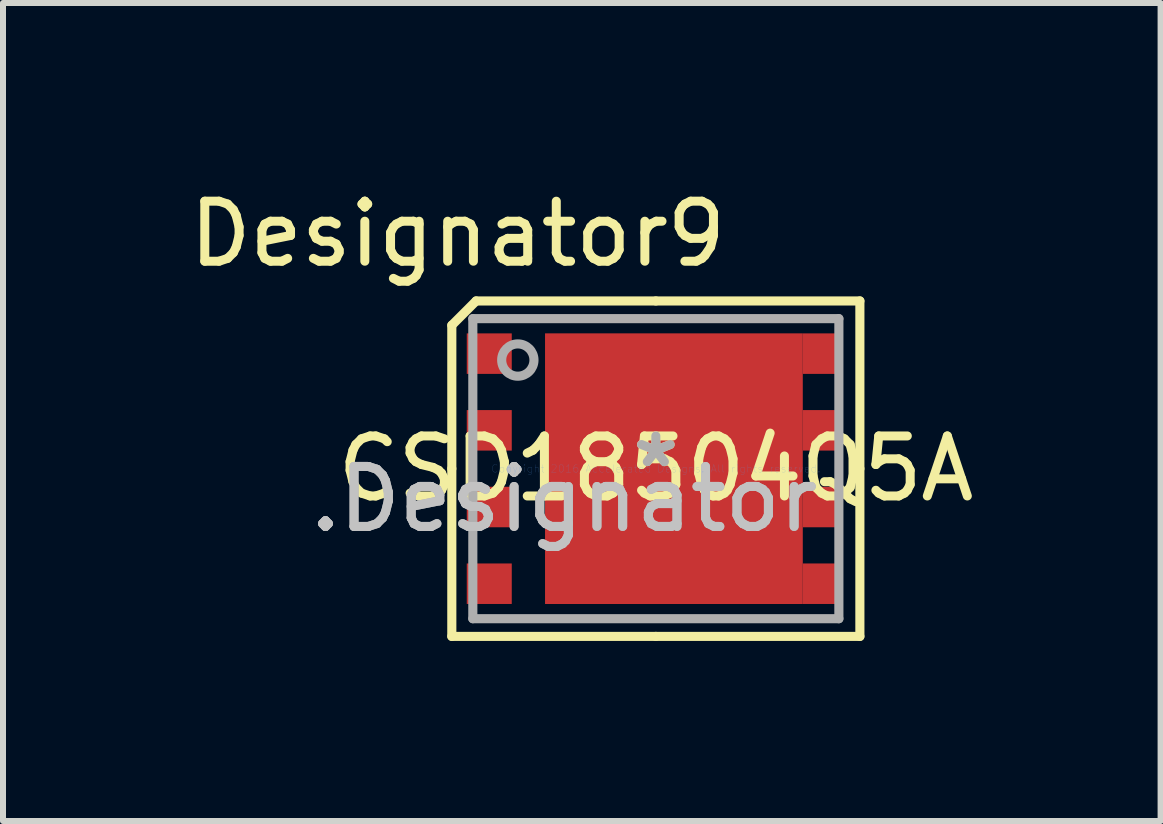
<source format=kicad_pcb>
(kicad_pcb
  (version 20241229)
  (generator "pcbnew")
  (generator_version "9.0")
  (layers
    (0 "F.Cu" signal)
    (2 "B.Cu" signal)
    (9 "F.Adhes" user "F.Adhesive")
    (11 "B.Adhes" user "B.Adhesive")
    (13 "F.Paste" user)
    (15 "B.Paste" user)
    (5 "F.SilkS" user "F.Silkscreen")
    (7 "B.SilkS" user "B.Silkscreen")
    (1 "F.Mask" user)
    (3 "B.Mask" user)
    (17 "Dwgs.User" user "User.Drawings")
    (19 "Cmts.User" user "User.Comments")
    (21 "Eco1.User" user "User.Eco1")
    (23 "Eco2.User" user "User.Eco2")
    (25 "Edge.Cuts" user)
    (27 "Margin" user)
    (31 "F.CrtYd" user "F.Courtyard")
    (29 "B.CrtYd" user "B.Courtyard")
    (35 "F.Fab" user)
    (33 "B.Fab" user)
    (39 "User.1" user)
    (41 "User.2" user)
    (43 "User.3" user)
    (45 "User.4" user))
  (footprint "CSD18504Q5A"
    (layer "F.Cu")
    (at 7.879 4.76)
    (property "Reference" "CSD18504Q5A" (at 0 0 0) (layer "F.SilkS") (effects (font (size 1 1) (thickness 0.15))))
    (attr through_hole)
    (fp_line (start -3.4 -2.39) (end -2.995 -2.795) (stroke (width 0.152) (type solid)) (layer "F.SilkS"))
    (fp_line (start -3.4 0) (end -3.4 -2.39) (stroke (width 0.152) (type solid)) (layer "F.SilkS"))
    (fp_line (start -3.4 2.795) (end -3.4 0) (stroke (width 0.152) (type solid)) (layer "F.SilkS"))
    (fp_line (start -3.4 2.795) (end 0 2.795) (stroke (width 0.152) (type solid)) (layer "F.SilkS"))
    (fp_line (start -2.995 -2.795) (end 0 -2.795) (stroke (width 0.152) (type solid)) (layer "F.SilkS"))
    (fp_line (start 0 -2.795) (end 3.4 -2.795) (stroke (width 0.152) (type solid)) (layer "F.SilkS"))
    (fp_line (start 0 2.795) (end 3.4 2.795) (stroke (width 0.152) (type solid)) (layer "F.SilkS"))
    (fp_line (start 3.4 0) (end 3.4 -2.795) (stroke (width 0.152) (type solid)) (layer "F.SilkS"))
    (fp_line (start 3.4 2.795) (end 3.4 0) (stroke (width 0.152) (type solid)) (layer "F.SilkS"))
    (fp_line (start -1.412 -1.88) (end -0.177 -1.88) (stroke (width 0.152) (type solid)) (layer "F.Paste"))
    (fp_line (start -1.412 -0.31) (end -1.412 -1.88) (stroke (width 0.152) (type solid)) (layer "F.Paste"))
    (fp_line (start -1.412 0.31) (end -1.412 1.88) (stroke (width 0.152) (type solid)) (layer "F.Paste"))
    (fp_line (start -1.412 1.88) (end -0.177 1.88) (stroke (width 0.152) (type solid)) (layer "F.Paste"))
    (fp_line (start -0.177 -1.88) (end -0.177 -0.31) (stroke (width 0.152) (type solid)) (layer "F.Paste"))
    (fp_line (start -0.177 -0.31) (end -1.412 -0.31) (stroke (width 0.152) (type solid)) (layer "F.Paste"))
    (fp_line (start -0.177 0.31) (end -1.412 0.31) (stroke (width 0.152) (type solid)) (layer "F.Paste"))
    (fp_line (start -0.177 1.88) (end -0.177 0.31) (stroke (width 0.152) (type solid)) (layer "F.Paste"))
    (fp_line (start 0.323 -1.88) (end 1.908 -1.88) (stroke (width 0.152) (type solid)) (layer "F.Paste"))
    (fp_line (start 0.323 -0.31) (end 0.323 -1.88) (stroke (width 0.152) (type solid)) (layer "F.Paste"))
    (fp_line (start 0.323 0.31) (end 0.323 1.88) (stroke (width 0.152) (type solid)) (layer "F.Paste"))
    (fp_line (start 0.323 1.88) (end 1.908 1.88) (stroke (width 0.152) (type solid)) (layer "F.Paste"))
    (fp_line (start 1.908 -1.88) (end 1.908 -0.31) (stroke (width 0.152) (type solid)) (layer "F.Paste"))
    (fp_line (start 1.908 -0.31) (end 0.323 -0.31) (stroke (width 0.152) (type solid)) (layer "F.Paste"))
    (fp_line (start 1.908 0.31) (end 0.323 0.31) (stroke (width 0.152) (type solid)) (layer "F.Paste"))
    (fp_line (start 1.908 1.88) (end 1.908 0.31) (stroke (width 0.152) (type solid)) (layer "F.Paste"))
    (fp_line (start -3.05 -2.5) (end 3.05 -2.5) (stroke (width 0.152) (type solid)) (layer "F.Fab"))
    (fp_line (start -3.05 2.5) (end -3.05 -2.5) (stroke (width 0.152) (type solid)) (layer "F.Fab"))
    (fp_line (start -3.05 2.5) (end 3.05 2.5) (stroke (width 0.152) (type solid)) (layer "F.Fab"))
    (fp_line (start 3.05 2.5) (end 3.05 -2.5) (stroke (width 0.152) (type solid)) (layer "F.Fab"))
    (fp_circle (center -2.3 -1.81) (end -2.031 -1.81) (stroke (width 0.152) (type solid)) (fill no) (layer "F.Fab"))
    (fp_text user "Designator9" (at -3.302 -3.912 0) (layer "F.SilkS") (effects (font (size 1 1) (thickness 0.15))))
    (fp_text user "*" (at 0 0 0) (layer "F.SilkS") (effects (font (size 1 1) (thickness 0.15))))
    (fp_text user ".Designator" (at -1.529 0.508 0) (layer "Dwgs.User") (effects (font (size 1 1) (thickness 0.15))))
    (fp_text user "Copyright 2016 Accelerated Designs. All rights reserved." (at 0 0 0) (layer "Cmts.User") (effects (font (size 0.127 0.127) (thickness 0.002))))
    (fp_text user "*" (at 0 0 0) (layer "F.Fab") (effects (font (size 1 1) (thickness 0.15))))
    (fp_text user ".Designator" (at -1.529 0.508 0) (layer "F.Fab") (effects (font (size 1 1) (thickness 0.15))))
    (pad "1" smd rect (at -2.776 -1.917 90) (size 0.675 0.75) (layers "F.Cu" "F.Mask" "F.Paste"))
    (pad "2" smd rect (at -2.776 -0.639 90) (size 0.675 0.75) (layers "F.Cu" "F.Mask" "F.Paste"))
    (pad "3" smd rect (at -2.776 0.639 90) (size 0.675 0.75) (layers "F.Cu" "F.Mask" "F.Paste"))
    (pad "4" smd rect (at -2.776 1.917 90) (size 0.675 0.75) (layers "F.Cu" "F.Mask" "F.Paste"))
    (pad "5" smd rect (at 2.776 1.917 90) (size 0.675 0.655) (layers "F.Cu" "F.Mask" "F.Paste"))
    (pad "6" smd rect (at 2.776 0.639 90) (size 0.675 0.655) (layers "F.Cu" "F.Mask" "F.Paste"))
    (pad "7" smd rect (at 2.776 -0.639 90) (size 0.675 0.655) (layers "F.Cu" "F.Mask" "F.Paste"))
    (pad "8" smd rect (at 2.776 -1.917 90) (size 0.675 0.655) (layers "F.Cu" "F.Mask" "F.Paste"))
    (pad "9" smd rect (at 0.301 0 90) (size 4.51 4.295) (layers "F.Cu" "F.Mask" "F.Paste")))
  (gr_rect
    (start -3 -3)
    (end 16.29 10.631)
    (stroke (width 0.1) (type default))
    (fill no)
    (layer "Edge.Cuts")))
</source>
